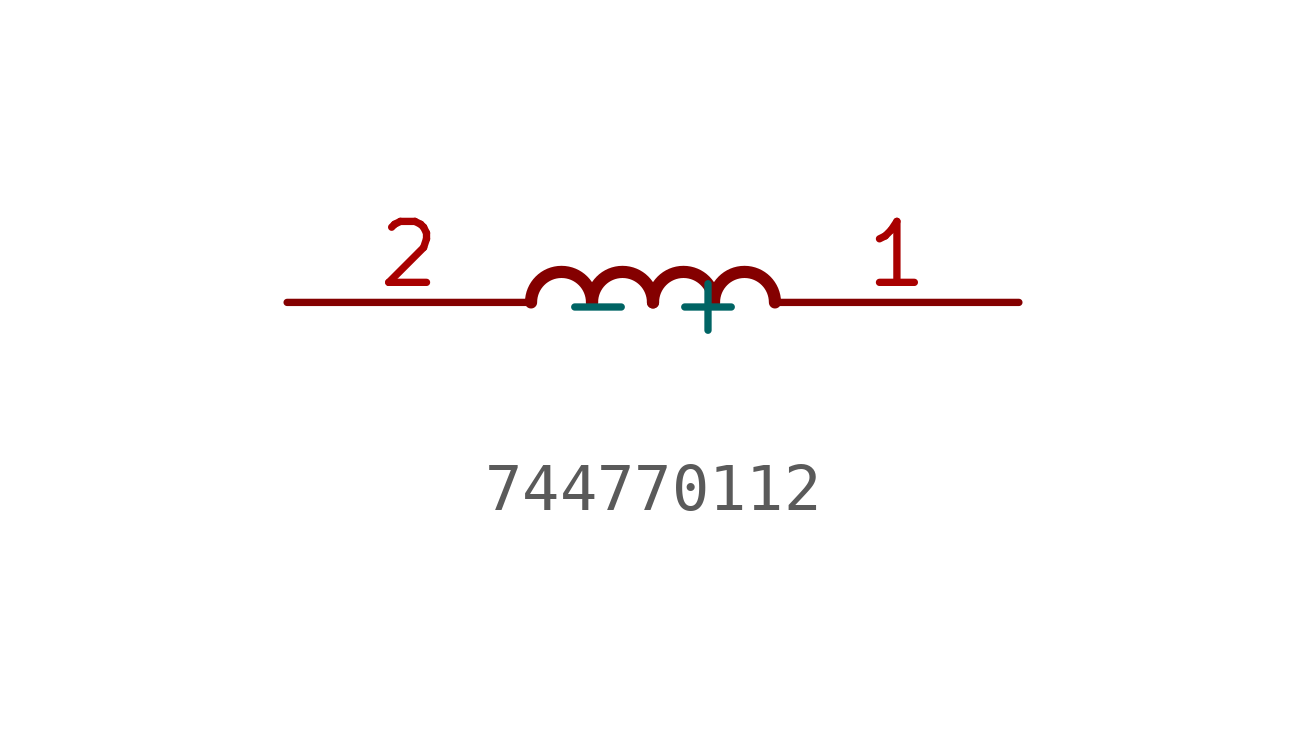
<source format=kicad_sym>
(kicad_symbol_lib
  (version 20220914)
  (generator kicad_symbol_editor)
  (symbol "744770112"
    (property "Reference" ""
      (at -2.54 1.27 0)
      (effects (font (size 1.27 1.079)) (justify left bottom) hide))
    (property "Value" ""
      (at -2.54 -2.54 0)
      (effects (font (size 1.27 1.079)) (justify left bottom)))
    (property "ki_locked" ""
      (at 0 0 0)
      (effects (font (size 1.27 1.27))))
    (symbol "744770112_1_0"
      (arc (start -1.27 0) (mid -1.905 0.635) (end -2.54 0) (stroke (width 0.254) (type solid)) (fill (type none)))
      (arc (start 0 0) (mid -0.635 0.635) (end -1.27 0) (stroke (width 0.254) (type solid)) (fill (type none)))
      (arc (start 1.27 0) (mid 0.635 0.635) (end 0 0) (stroke (width 0.254) (type solid)) (fill (type none)))
      (arc (start 2.54 0) (mid 1.905 0.635) (end 1.27 0) (stroke (width 0.254) (type solid)) (fill (type none)))
      (pin bidirectional line (at 7.62 0 180) (length 5.08) (name "+" (effects (font (size 1.27 1.27)))) (number "1" (effects (font (size 1.27 1.27)))))
      (pin bidirectional line (at -7.62 0 0) (length 5.08) (name "-" (effects (font (size 1.27 1.27)))) (number "2" (effects (font (size 1.27 1.27))))))))
</source>
